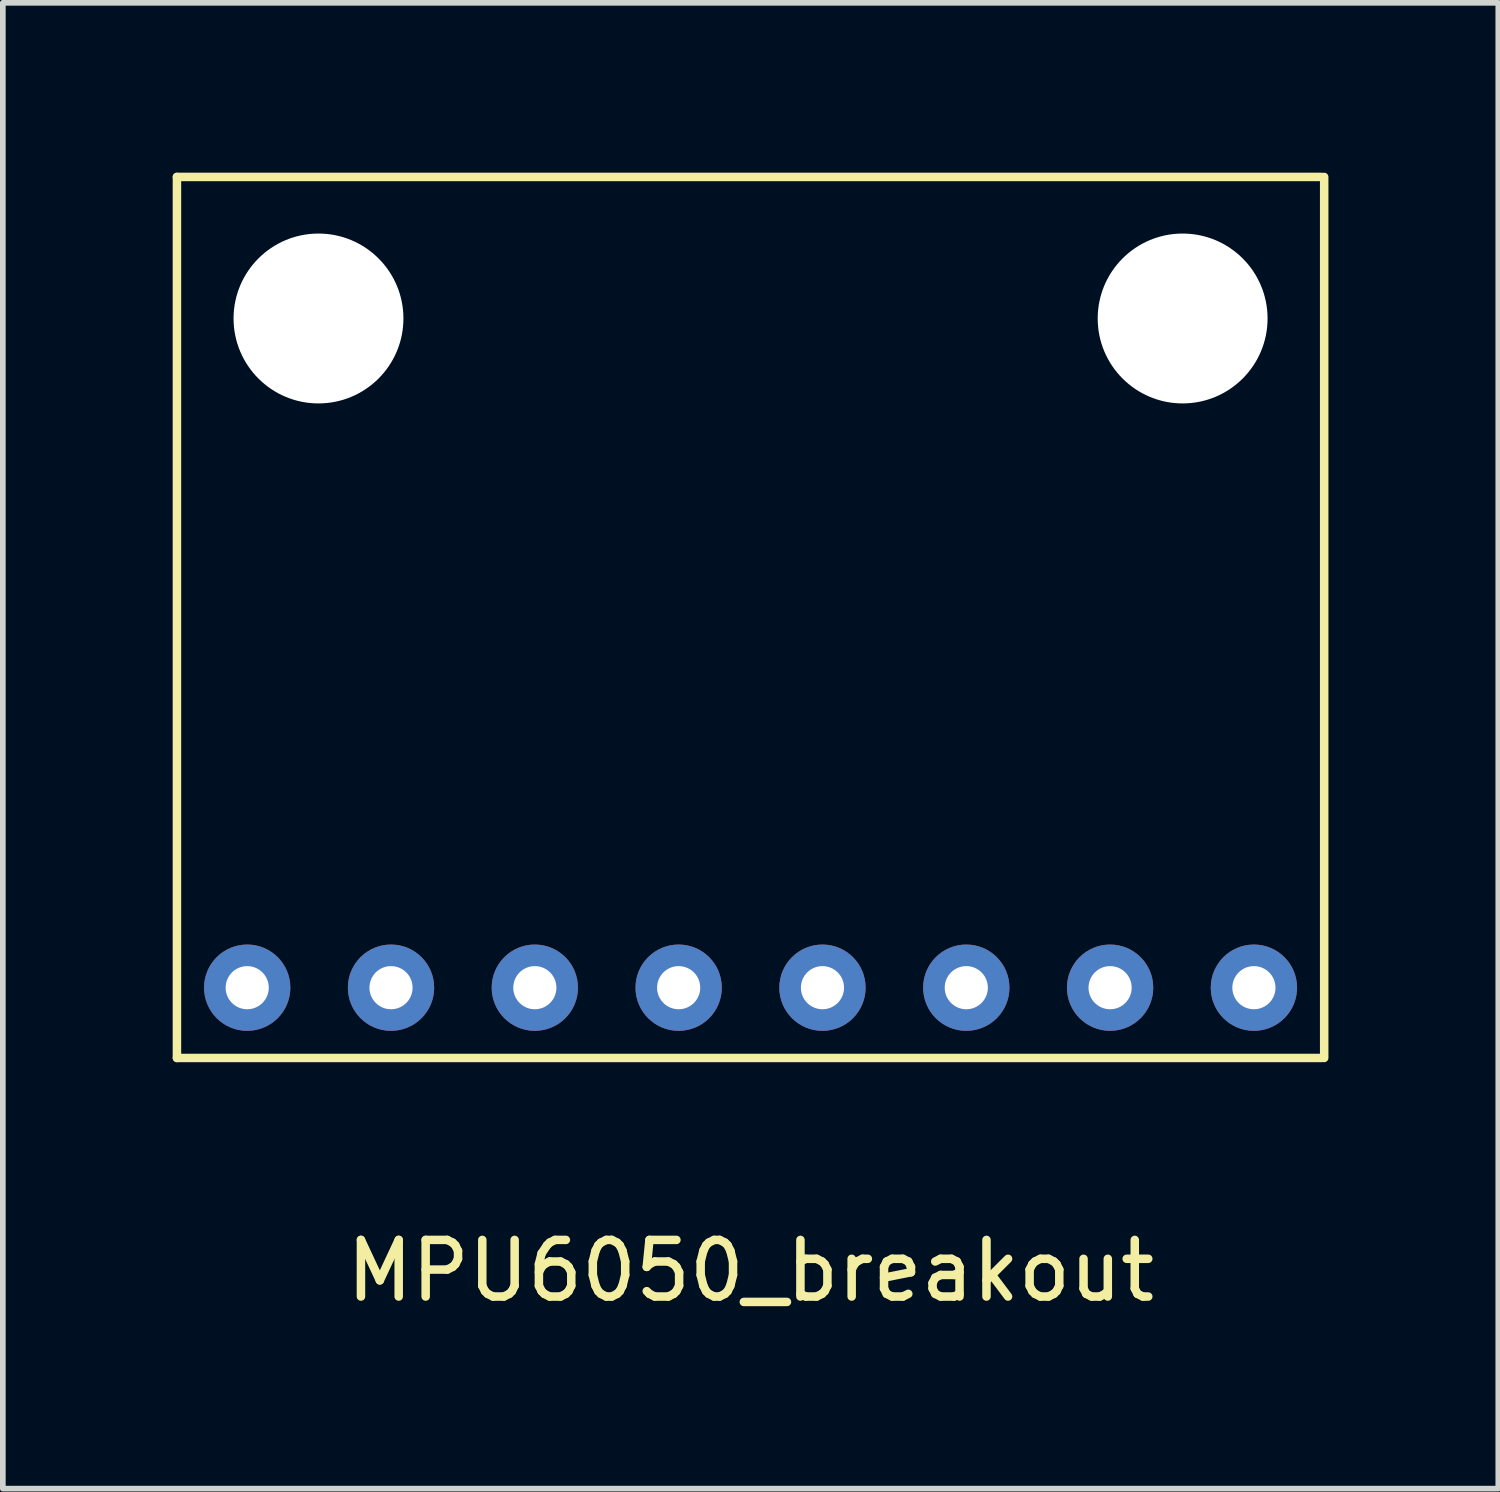
<source format=kicad_pcb>
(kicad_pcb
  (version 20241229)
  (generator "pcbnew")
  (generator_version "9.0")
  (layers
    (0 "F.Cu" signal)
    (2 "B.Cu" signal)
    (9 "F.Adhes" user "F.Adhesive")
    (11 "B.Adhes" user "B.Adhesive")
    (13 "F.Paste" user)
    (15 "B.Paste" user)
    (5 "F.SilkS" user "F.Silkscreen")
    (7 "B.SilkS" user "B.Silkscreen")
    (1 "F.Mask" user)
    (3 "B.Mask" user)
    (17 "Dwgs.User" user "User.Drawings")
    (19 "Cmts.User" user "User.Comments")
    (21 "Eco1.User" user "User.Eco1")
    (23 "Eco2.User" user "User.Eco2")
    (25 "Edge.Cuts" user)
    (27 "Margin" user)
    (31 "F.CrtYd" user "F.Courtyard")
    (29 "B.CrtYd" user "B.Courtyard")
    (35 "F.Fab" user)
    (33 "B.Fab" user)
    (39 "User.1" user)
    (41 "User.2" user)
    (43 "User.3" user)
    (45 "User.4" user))
  (footprint "MPU6050_breakout"
    (layer "F.Cu")
    (at 10.206 14.394)
    (property "Reference" "MPU6050_breakout" (at 0 5 0) (layer "F.SilkS") (effects (font (size 1 1) (thickness 0.15))))
    (attr through_hole)
    (fp_line (start -10.131 -14.319) (end -10.131 1.241) (stroke (width 0.15) (type solid)) (layer "F.SilkS"))
    (fp_line (start -10.131 -14.319) (end 10.088 -14.319) (stroke (width 0.15) (type solid)) (layer "F.SilkS"))
    (fp_line (start -10.131 1.241) (end 10.088 1.241) (stroke (width 0.15) (type solid)) (layer "F.SilkS"))
    (fp_line (start 10.131 -14.319) (end 10.131 1.241) (stroke (width 0.15) (type solid)) (layer "F.SilkS"))
    (pad "" np_thru_hole circle (at -7.631 -11.819) (size 3 3) (drill 3) (layers "*.Cu" "*.Mask"))
    (pad "" np_thru_hole circle (at 7.631 -11.819) (size 3 3) (drill 3) (layers "*.Cu" "*.Mask"))
    (pad "1" thru_hole circle (at -8.89 0) (size 1.524 1.524) (drill 0.762) (layers "*.Cu" "*.Mask"))
    (pad "2" thru_hole circle (at -6.35 0) (size 1.524 1.524) (drill 0.762) (layers "*.Cu" "*.Mask"))
    (pad "3" thru_hole circle (at -3.81 0) (size 1.524 1.524) (drill 0.762) (layers "*.Cu" "*.Mask"))
    (pad "4" thru_hole circle (at -1.27 0) (size 1.524 1.524) (drill 0.762) (layers "*.Cu" "*.Mask"))
    (pad "5" thru_hole circle (at 1.27 0) (size 1.524 1.524) (drill 0.762) (layers "*.Cu" "*.Mask"))
    (pad "6" thru_hole circle (at 3.81 0) (size 1.524 1.524) (drill 0.762) (layers "*.Cu" "*.Mask"))
    (pad "7" thru_hole circle (at 6.35 0) (size 1.524 1.524) (drill 0.762) (layers "*.Cu" "*.Mask"))
    (pad "8" thru_hole circle (at 8.89 0) (size 1.524 1.524) (drill 0.762) (layers "*.Cu" "*.Mask")))
  (gr_rect
    (start -3 -3)
    (end 23.412 23.242)
    (stroke (width 0.1) (type default))
    (fill no)
    (layer "Edge.Cuts")))
</source>
